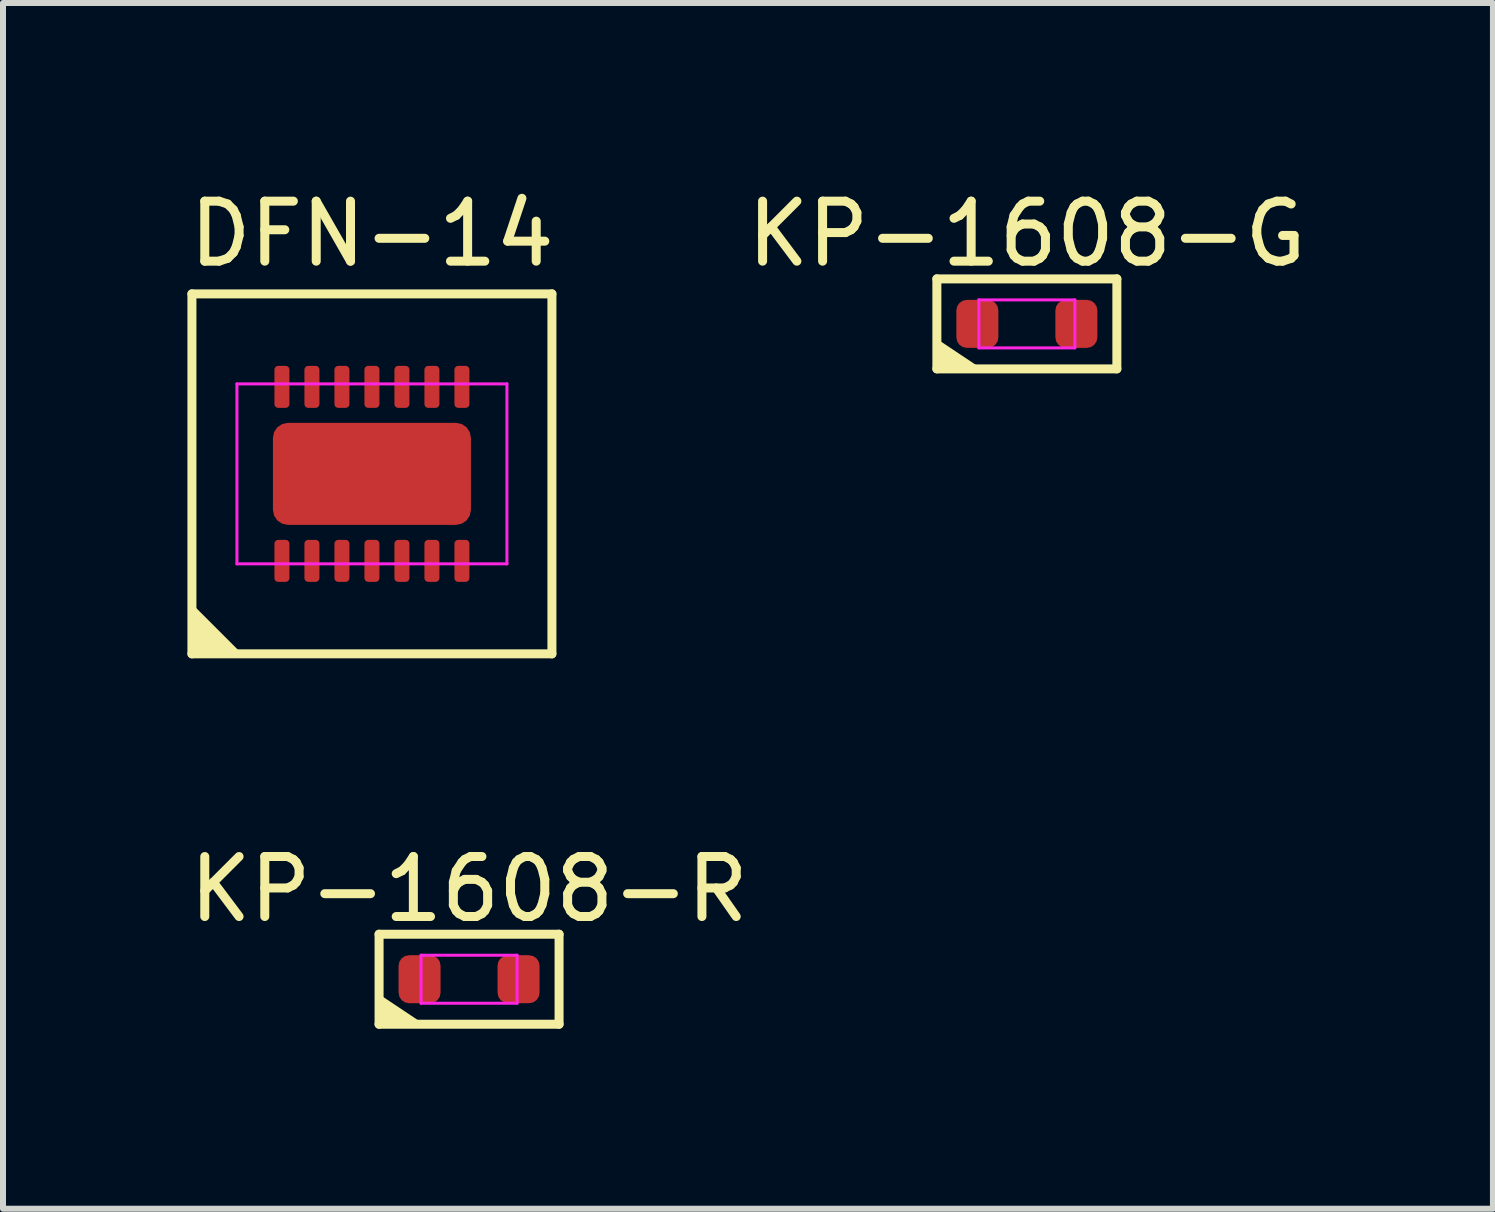
<source format=kicad_pcb>
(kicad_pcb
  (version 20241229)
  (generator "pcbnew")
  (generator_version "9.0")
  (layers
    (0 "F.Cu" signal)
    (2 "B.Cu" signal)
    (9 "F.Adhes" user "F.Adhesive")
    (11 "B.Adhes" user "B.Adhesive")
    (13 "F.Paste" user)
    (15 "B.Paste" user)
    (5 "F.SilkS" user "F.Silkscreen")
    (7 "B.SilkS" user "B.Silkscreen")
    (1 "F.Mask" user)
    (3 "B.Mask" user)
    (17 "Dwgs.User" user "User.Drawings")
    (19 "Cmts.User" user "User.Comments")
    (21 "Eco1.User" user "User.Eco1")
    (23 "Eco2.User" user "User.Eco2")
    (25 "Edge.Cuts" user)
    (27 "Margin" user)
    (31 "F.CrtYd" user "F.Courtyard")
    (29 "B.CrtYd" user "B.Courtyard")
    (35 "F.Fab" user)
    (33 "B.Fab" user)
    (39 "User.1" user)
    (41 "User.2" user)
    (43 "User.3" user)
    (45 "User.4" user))
  (footprint "DFN-14"
    (layer "F.Cu")
    (at 3.149 4.848)
    (property "Reference" "DFN-14" (at 0 -4 0) (layer "F.SilkS") (effects (font (size 1 1) (thickness 0.15))))
    (attr smd)
    (fp_line (start -3 -3) (end -3 3) (stroke (width 0.15) (type solid)) (layer "F.SilkS"))
    (fp_line (start 3 -3) (end -3 -3) (stroke (width 0.15) (type solid)) (layer "F.SilkS"))
    (fp_line (start 3 -3) (end 3 3) (stroke (width 0.15) (type solid)) (layer "F.SilkS"))
    (fp_line (start 3 3) (end -3 3) (stroke (width 0.15) (type solid)) (layer "F.SilkS"))
    (fp_poly (pts (xy -3 3) (xy -3 2.25) (xy -2.25 3) (xy -3 3)) (stroke (width 0.12) (type solid)) (fill yes) (layer "F.SilkS"))
    (fp_line (start -2.25 -1.5) (end 2.25 -1.5) (stroke (width 0.05) (type solid)) (layer "F.CrtYd"))
    (fp_line (start -2.25 1.5) (end -2.25 -1.5) (stroke (width 0.05) (type solid)) (layer "F.CrtYd"))
    (fp_line (start 2.25 -1.5) (end 2.25 1.5) (stroke (width 0.05) (type solid)) (layer "F.CrtYd"))
    (fp_line (start 2.25 1.5) (end -2.25 1.5) (stroke (width 0.05) (type solid)) (layer "F.CrtYd"))
    (pad "" smd rect (at -1.238 -0.425 90) (size 0.685 0.67) (layers "F.Paste"))
    (pad "" smd rect (at -1.238 0.425 90) (size 0.685 0.67) (layers "F.Paste"))
    (pad "" smd rect (at -0.412 -0.425 90) (size 0.685 0.67) (layers "F.Paste"))
    (pad "" smd rect (at -0.412 0.425 90) (size 0.685 0.67) (layers "F.Paste"))
    (pad "" smd rect (at 0.412 -0.425 90) (size 0.685 0.67) (layers "F.Paste"))
    (pad "" smd rect (at 0.412 0.425 90) (size 0.685 0.67) (layers "F.Paste"))
    (pad "" smd rect (at 1.238 -0.425 90) (size 0.685 0.67) (layers "F.Paste"))
    (pad "" smd rect (at 1.238 0.425 90) (size 0.685 0.67) (layers "F.Paste"))
    (pad "1" smd roundrect (at -1.5 1.45 90) (size 0.7 0.25) (layers "F.Cu" "F.Mask" "F.Paste") (roundrect_rratio 0.25))
    (pad "2" smd roundrect (at -1 1.45 90) (size 0.7 0.25) (layers "F.Cu" "F.Mask" "F.Paste") (roundrect_rratio 0.25))
    (pad "3" smd roundrect (at -0.5 1.45 90) (size 0.7 0.25) (layers "F.Cu" "F.Mask" "F.Paste") (roundrect_rratio 0.25))
    (pad "4" smd roundrect (at 0 1.45 90) (size 0.7 0.25) (layers "F.Cu" "F.Mask" "F.Paste") (roundrect_rratio 0.25))
    (pad "5" smd roundrect (at 0.5 1.45 90) (size 0.7 0.25) (layers "F.Cu" "F.Mask" "F.Paste") (roundrect_rratio 0.25))
    (pad "6" smd roundrect (at 1 1.45 90) (size 0.7 0.25) (layers "F.Cu" "F.Mask" "F.Paste") (roundrect_rratio 0.25))
    (pad "7" smd roundrect (at 1.5 1.45 90) (size 0.7 0.25) (layers "F.Cu" "F.Mask" "F.Paste") (roundrect_rratio 0.25))
    (pad "8" smd roundrect (at 1.5 -1.45 90) (size 0.7 0.25) (layers "F.Cu" "F.Mask" "F.Paste") (roundrect_rratio 0.25))
    (pad "9" smd roundrect (at 1 -1.45 90) (size 0.7 0.25) (layers "F.Cu" "F.Mask" "F.Paste") (roundrect_rratio 0.25))
    (pad "10" smd roundrect (at 0.5 -1.45 90) (size 0.7 0.25) (layers "F.Cu" "F.Mask" "F.Paste") (roundrect_rratio 0.25))
    (pad "11" smd roundrect (at 0 -1.45 90) (size 0.7 0.25) (layers "F.Cu" "F.Mask" "F.Paste") (roundrect_rratio 0.25))
    (pad "12" smd roundrect (at -0.5 -1.45 90) (size 0.7 0.25) (layers "F.Cu" "F.Mask" "F.Paste") (roundrect_rratio 0.25))
    (pad "13" smd roundrect (at -1 -1.45 90) (size 0.7 0.25) (layers "F.Cu" "F.Mask" "F.Paste") (roundrect_rratio 0.25))
    (pad "14" smd roundrect (at -1.5 -1.45 90) (size 0.7 0.25) (layers "F.Cu" "F.Mask" "F.Paste") (roundrect_rratio 0.25))
    (pad "15" smd roundrect (at 0 0 90) (size 1.7 3.3) (layers "F.Cu" "F.Mask") (roundrect_rratio 0.147)))
  (footprint "KP-1608-G"
    (layer "F.Cu")
    (at 14.065 2.348)
    (property "Reference" "KP-1608-G" (at 0 -1.5 0) (layer "F.SilkS") (effects (font (size 1 1) (thickness 0.15))))
    (fp_line (start -1.5 -0.75) (end -1.5 0.75) (stroke (width 0.15) (type solid)) (layer "F.SilkS"))
    (fp_line (start 1.5 -0.75) (end -1.5 -0.75) (stroke (width 0.15) (type solid)) (layer "F.SilkS"))
    (fp_line (start 1.5 -0.75) (end 1.5 0.75) (stroke (width 0.15) (type solid)) (layer "F.SilkS"))
    (fp_line (start 1.5 0.75) (end -1.5 0.75) (stroke (width 0.15) (type solid)) (layer "F.SilkS"))
    (fp_poly (pts (xy -1.5 0.75) (xy -0.75 0.75) (xy -1.5 0.25)) (stroke (width 0) (type default)) (fill yes) (layer "F.SilkS"))
    (fp_line (start -0.8 -0.4) (end -0.8 0.4) (stroke (width 0.05) (type solid)) (layer "F.CrtYd"))
    (fp_line (start 0.8 -0.4) (end -0.8 -0.4) (stroke (width 0.05) (type solid)) (layer "F.CrtYd"))
    (fp_line (start 0.8 -0.4) (end 0.8 0.4) (stroke (width 0.05) (type solid)) (layer "F.CrtYd"))
    (fp_line (start 0.8 0.4) (end -0.8 0.4) (stroke (width 0.05) (type solid)) (layer "F.CrtYd"))
    (pad "1" smd roundrect (at -0.825 0 180) (size 0.7 0.8) (layers "F.Cu" "F.Mask" "F.Paste") (roundrect_rratio 0.25))
    (pad "2" smd roundrect (at 0.825 0 180) (size 0.7 0.8) (layers "F.Cu" "F.Mask" "F.Paste") (roundrect_rratio 0.25)))
  (footprint "KP-1608-R"
    (layer "F.Cu")
    (at 4.768 13.271)
    (property "Reference" "KP-1608-R" (at 0 -1.5 0) (layer "F.SilkS") (effects (font (size 1 1) (thickness 0.15))))
    (fp_line (start -1.5 -0.75) (end -1.5 0.75) (stroke (width 0.15) (type solid)) (layer "F.SilkS"))
    (fp_line (start 1.5 -0.75) (end -1.5 -0.75) (stroke (width 0.15) (type solid)) (layer "F.SilkS"))
    (fp_line (start 1.5 -0.75) (end 1.5 0.75) (stroke (width 0.15) (type solid)) (layer "F.SilkS"))
    (fp_line (start 1.5 0.75) (end -1.5 0.75) (stroke (width 0.15) (type solid)) (layer "F.SilkS"))
    (fp_poly (pts (xy -1.5 0.75) (xy -0.75 0.75) (xy -1.5 0.25)) (stroke (width 0) (type default)) (fill yes) (layer "F.SilkS"))
    (fp_line (start -0.8 -0.4) (end -0.8 0.4) (stroke (width 0.05) (type solid)) (layer "F.CrtYd"))
    (fp_line (start 0.8 -0.4) (end -0.8 -0.4) (stroke (width 0.05) (type solid)) (layer "F.CrtYd"))
    (fp_line (start 0.8 -0.4) (end 0.8 0.4) (stroke (width 0.05) (type solid)) (layer "F.CrtYd"))
    (fp_line (start 0.8 0.4) (end -0.8 0.4) (stroke (width 0.05) (type solid)) (layer "F.CrtYd"))
    (pad "1" smd roundrect (at -0.825 0 180) (size 0.7 0.8) (layers "F.Cu" "F.Mask" "F.Paste") (roundrect_rratio 0.25))
    (pad "2" smd roundrect (at 0.825 0 180) (size 0.7 0.8) (layers "F.Cu" "F.Mask" "F.Paste") (roundrect_rratio 0.25)))
  (gr_rect
    (start -3 -3)
    (end 21.833 17.096)
    (stroke (width 0.1) (type default))
    (fill no)
    (layer "Edge.Cuts")))
</source>
